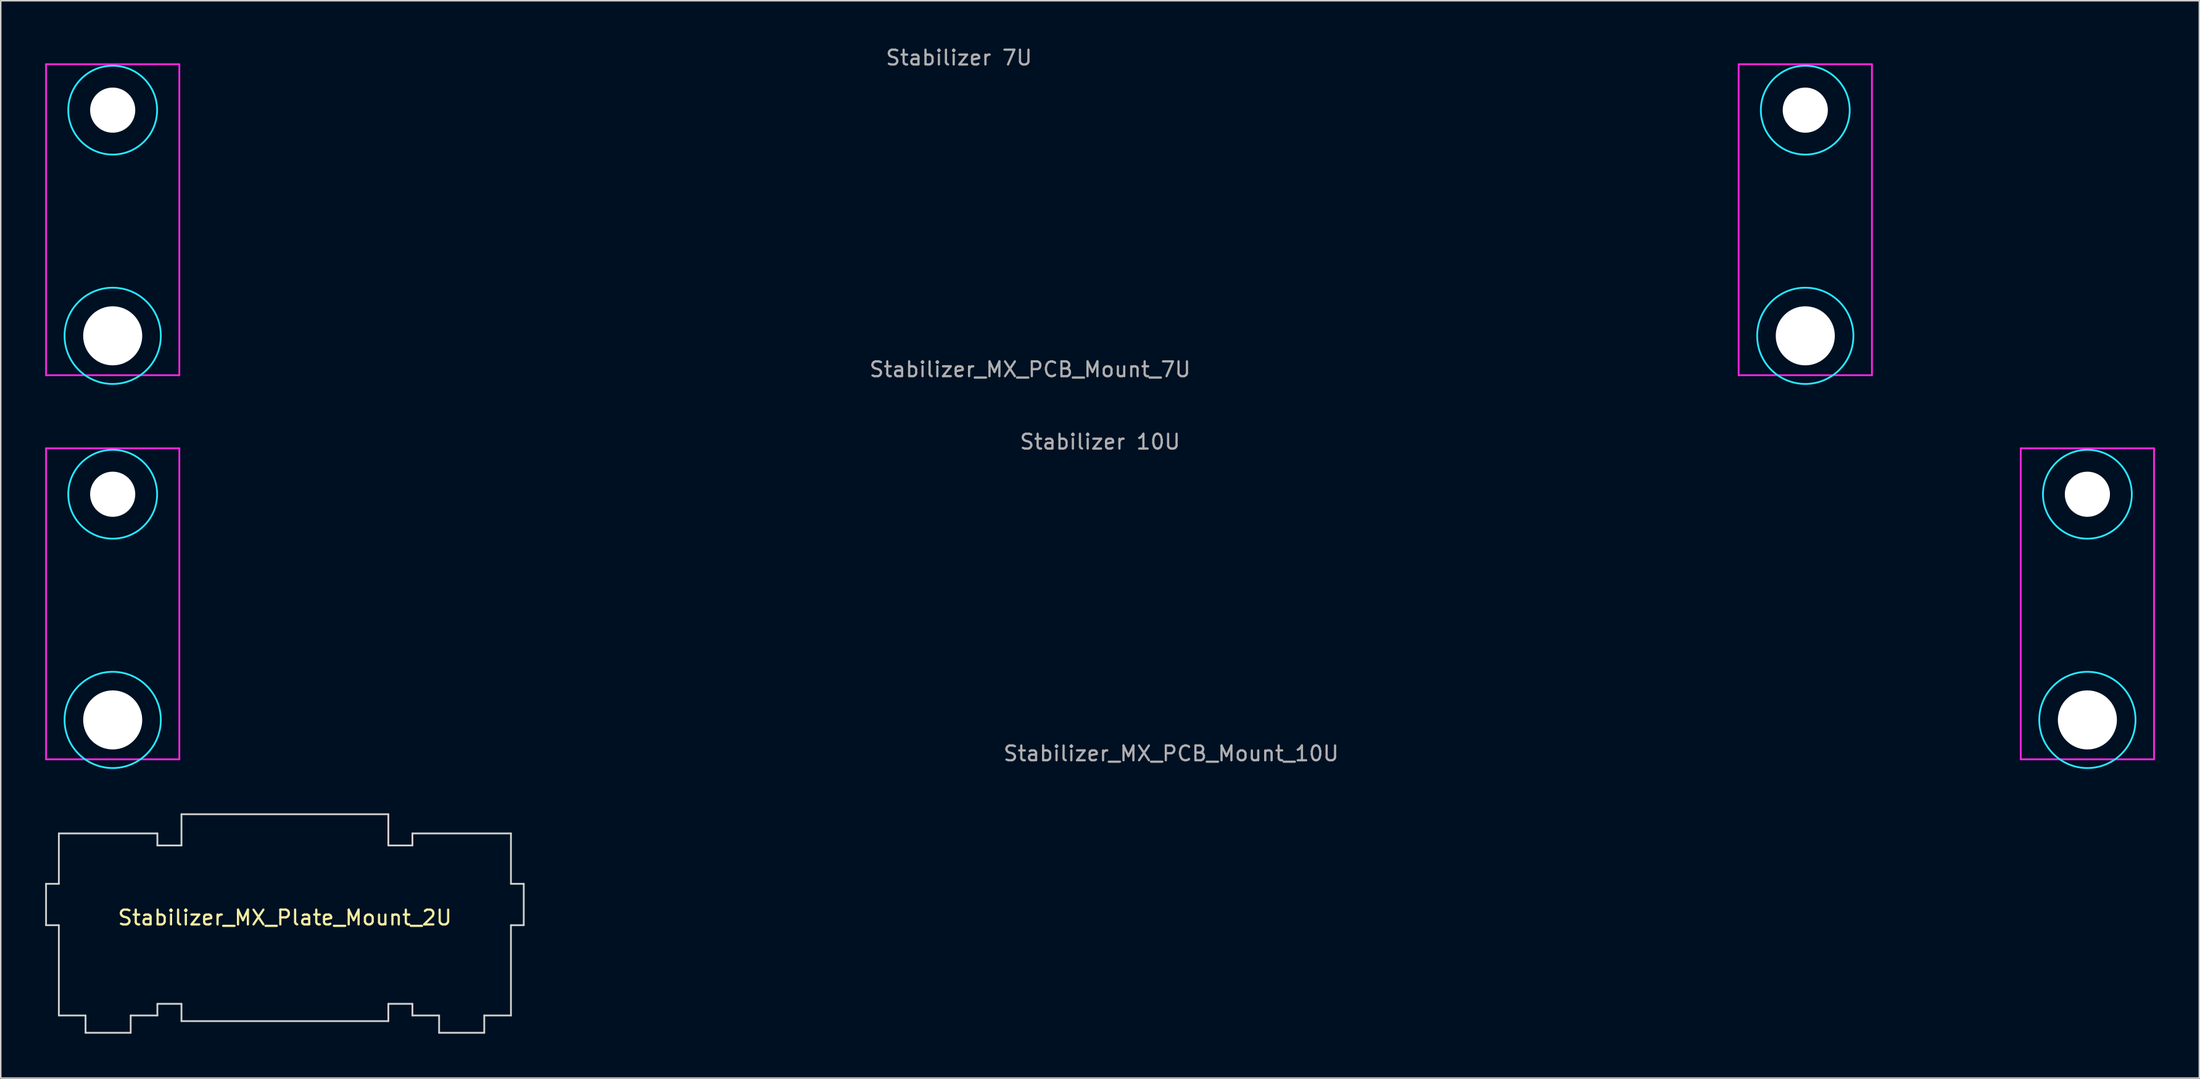
<source format=kicad_pcb>
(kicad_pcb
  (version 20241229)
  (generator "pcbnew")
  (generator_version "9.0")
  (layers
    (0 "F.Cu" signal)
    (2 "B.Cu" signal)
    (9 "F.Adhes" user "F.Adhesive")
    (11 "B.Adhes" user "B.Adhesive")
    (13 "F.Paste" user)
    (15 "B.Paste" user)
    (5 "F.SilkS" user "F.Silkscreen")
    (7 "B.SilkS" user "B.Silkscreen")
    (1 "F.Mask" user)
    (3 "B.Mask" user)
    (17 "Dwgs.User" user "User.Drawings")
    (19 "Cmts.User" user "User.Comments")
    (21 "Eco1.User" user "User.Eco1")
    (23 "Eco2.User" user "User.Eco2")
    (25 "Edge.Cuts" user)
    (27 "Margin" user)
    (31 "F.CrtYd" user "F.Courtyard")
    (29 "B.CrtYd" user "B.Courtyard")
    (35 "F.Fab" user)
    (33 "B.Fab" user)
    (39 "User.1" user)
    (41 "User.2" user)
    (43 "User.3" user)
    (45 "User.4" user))
  (footprint "Stabilizer_MX_Plate_Mount_2U"
    (layer "F.Cu")
    (at 16.189 58.922)
    (property "Reference" "Stabilizer_MX_Plate_Mount_2U" (at 0 0 0) (layer "F.SilkS") (effects (font (size 1 1) (thickness 0.15))))
    (attr through_hole)
    (fp_line (start -16.129 -2.286) (end -16.129 0.508) (stroke (width 0.12) (type solid)) (layer "Edge.Cuts"))
    (fp_line (start -16.129 0.508) (end -15.265 0.508) (stroke (width 0.12) (type solid)) (layer "Edge.Cuts"))
    (fp_line (start -15.265 -5.69) (end -15.265 -2.286) (stroke (width 0.12) (type solid)) (layer "Edge.Cuts"))
    (fp_line (start -15.265 -2.286) (end -16.129 -2.286) (stroke (width 0.12) (type solid)) (layer "Edge.Cuts"))
    (fp_line (start -15.265 0.508) (end -15.265 6.604) (stroke (width 0.12) (type solid)) (layer "Edge.Cuts"))
    (fp_line (start -15.265 6.604) (end -13.462 6.604) (stroke (width 0.12) (type solid)) (layer "Edge.Cuts"))
    (fp_line (start -13.462 6.604) (end -13.462 7.772) (stroke (width 0.12) (type solid)) (layer "Edge.Cuts"))
    (fp_line (start -13.462 7.772) (end -10.414 7.772) (stroke (width 0.12) (type solid)) (layer "Edge.Cuts"))
    (fp_line (start -10.414 6.604) (end -8.611 6.604) (stroke (width 0.12) (type solid)) (layer "Edge.Cuts"))
    (fp_line (start -10.414 7.772) (end -10.414 6.604) (stroke (width 0.12) (type solid)) (layer "Edge.Cuts"))
    (fp_line (start -8.611 -5.69) (end -15.265 -5.69) (stroke (width 0.12) (type solid)) (layer "Edge.Cuts"))
    (fp_line (start -8.611 -4.877) (end -8.611 -5.69) (stroke (width 0.12) (type solid)) (layer "Edge.Cuts"))
    (fp_line (start -8.611 5.817) (end -6.985 5.817) (stroke (width 0.12) (type solid)) (layer "Edge.Cuts"))
    (fp_line (start -8.611 6.604) (end -8.611 5.817) (stroke (width 0.12) (type solid)) (layer "Edge.Cuts"))
    (fp_line (start -6.985 -6.985) (end -6.985 -4.877) (stroke (width 0.12) (type solid)) (layer "Edge.Cuts"))
    (fp_line (start -6.985 -6.985) (end 6.985 -6.985) (stroke (width 0.12) (type solid)) (layer "Edge.Cuts"))
    (fp_line (start -6.985 -4.877) (end -8.611 -4.877) (stroke (width 0.12) (type solid)) (layer "Edge.Cuts"))
    (fp_line (start -6.985 5.817) (end -6.985 6.985) (stroke (width 0.12) (type solid)) (layer "Edge.Cuts"))
    (fp_line (start -6.985 6.985) (end 6.985 6.985) (stroke (width 0.12) (type solid)) (layer "Edge.Cuts"))
    (fp_line (start 6.985 -6.985) (end 6.985 -4.877) (stroke (width 0.12) (type solid)) (layer "Edge.Cuts"))
    (fp_line (start 6.985 -4.877) (end 8.611 -4.877) (stroke (width 0.12) (type solid)) (layer "Edge.Cuts"))
    (fp_line (start 6.985 5.817) (end 6.985 6.985) (stroke (width 0.12) (type solid)) (layer "Edge.Cuts"))
    (fp_line (start 8.611 -5.69) (end 15.265 -5.69) (stroke (width 0.12) (type solid)) (layer "Edge.Cuts"))
    (fp_line (start 8.611 -4.877) (end 8.611 -5.69) (stroke (width 0.12) (type solid)) (layer "Edge.Cuts"))
    (fp_line (start 8.611 5.817) (end 6.985 5.817) (stroke (width 0.12) (type solid)) (layer "Edge.Cuts"))
    (fp_line (start 8.611 6.604) (end 8.611 5.817) (stroke (width 0.12) (type solid)) (layer "Edge.Cuts"))
    (fp_line (start 10.414 6.604) (end 8.611 6.604) (stroke (width 0.12) (type solid)) (layer "Edge.Cuts"))
    (fp_line (start 10.414 7.772) (end 10.414 6.604) (stroke (width 0.12) (type solid)) (layer "Edge.Cuts"))
    (fp_line (start 13.462 6.604) (end 13.462 7.772) (stroke (width 0.12) (type solid)) (layer "Edge.Cuts"))
    (fp_line (start 13.462 7.772) (end 10.414 7.772) (stroke (width 0.12) (type solid)) (layer "Edge.Cuts"))
    (fp_line (start 15.265 -5.69) (end 15.265 -2.286) (stroke (width 0.12) (type solid)) (layer "Edge.Cuts"))
    (fp_line (start 15.265 -2.286) (end 16.129 -2.286) (stroke (width 0.12) (type solid)) (layer "Edge.Cuts"))
    (fp_line (start 15.265 0.508) (end 15.265 6.604) (stroke (width 0.12) (type solid)) (layer "Edge.Cuts"))
    (fp_line (start 15.265 6.604) (end 13.462 6.604) (stroke (width 0.12) (type solid)) (layer "Edge.Cuts"))
    (fp_line (start 16.129 -2.286) (end 16.129 0.508) (stroke (width 0.12) (type solid)) (layer "Edge.Cuts"))
    (fp_line (start 16.129 0.508) (end 15.265 0.508) (stroke (width 0.12) (type solid)) (layer "Edge.Cuts")))
  (footprint "Stabilizer_MX_PCB_Mount_10U"
    (layer "F.Cu")
    (at 71.235 37.312)
    (property "Reference" "Stabilizer_MX_PCB_Mount_10U" (at 4.8 10.525 0) (layer "F.Fab") (effects (font (size 1 1) (thickness 0.15))))
    (attr through_hole)
    (fp_circle (center -66.675 -6.985) (end -63.675 -6.985) (stroke (width 0.12) (type solid)) (fill no) (layer "B.CrtYd"))
    (fp_circle (center -66.675 8.255) (end -63.425 8.255) (stroke (width 0.12) (type solid)) (fill no) (layer "B.CrtYd"))
    (fp_circle (center 66.675 -6.985) (end 69.675 -6.985) (stroke (width 0.12) (type solid)) (fill no) (layer "B.CrtYd"))
    (fp_circle (center 66.675 8.255) (end 69.925 8.255) (stroke (width 0.12) (type solid)) (fill no) (layer "B.CrtYd"))
    (fp_line (start -71.175 -10.085) (end -71.175 10.915) (stroke (width 0.12) (type solid)) (layer "F.CrtYd"))
    (fp_line (start -71.175 10.915) (end -62.175 10.915) (stroke (width 0.12) (type solid)) (layer "F.CrtYd"))
    (fp_line (start -62.175 -10.085) (end -71.175 -10.085) (stroke (width 0.12) (type solid)) (layer "F.CrtYd"))
    (fp_line (start -62.175 10.915) (end -62.175 -10.085) (stroke (width 0.12) (type solid)) (layer "F.CrtYd"))
    (fp_line (start 62.175 -10.085) (end 71.175 -10.085) (stroke (width 0.12) (type solid)) (layer "F.CrtYd"))
    (fp_line (start 62.175 10.915) (end 62.175 -10.085) (stroke (width 0.12) (type solid)) (layer "F.CrtYd"))
    (fp_line (start 71.175 -10.085) (end 71.175 10.915) (stroke (width 0.12) (type solid)) (layer "F.CrtYd"))
    (fp_line (start 71.175 10.915) (end 62.175 10.915) (stroke (width 0.12) (type solid)) (layer "F.CrtYd"))
    (fp_text user "Stabilizer 10U" (at 0 -10.525 0) (layer "F.Fab") (effects (font (size 1 1) (thickness 0.15))))
    (pad "" np_thru_hole circle (at -66.675 -6.985) (size 3.048 3.048) (drill 3.048) (layers "*.Cu" "*.Mask"))
    (pad "" np_thru_hole circle (at -66.675 8.255) (size 3.988 3.988) (drill 3.988) (layers "*.Cu" "*.Mask"))
    (pad "" np_thru_hole circle (at 66.675 -6.985) (size 3.048 3.048) (drill 3.048) (layers "*.Cu" "*.Mask"))
    (pad "" np_thru_hole circle (at 66.675 8.255) (size 3.988 3.988) (drill 3.988) (layers "*.Cu" "*.Mask")))
  (footprint "Stabilizer_MX_PCB_Mount_7U"
    (layer "F.Cu")
    (at 61.71 11.373)
    (property "Reference" "Stabilizer_MX_PCB_Mount_7U" (at 4.8 10.525 0) (layer "F.Fab") (effects (font (size 1 1) (thickness 0.15))))
    (attr through_hole)
    (fp_circle (center -57.15 -6.985) (end -54.15 -6.985) (stroke (width 0.12) (type solid)) (fill no) (layer "B.CrtYd"))
    (fp_circle (center -57.15 8.255) (end -53.9 8.255) (stroke (width 0.12) (type solid)) (fill no) (layer "B.CrtYd"))
    (fp_circle (center 57.15 -6.985) (end 60.15 -6.985) (stroke (width 0.12) (type solid)) (fill no) (layer "B.CrtYd"))
    (fp_circle (center 57.15 8.255) (end 60.4 8.255) (stroke (width 0.12) (type solid)) (fill no) (layer "B.CrtYd"))
    (fp_line (start -61.65 -10.085) (end -61.65 10.915) (stroke (width 0.12) (type solid)) (layer "F.CrtYd"))
    (fp_line (start -61.65 10.915) (end -52.65 10.915) (stroke (width 0.12) (type solid)) (layer "F.CrtYd"))
    (fp_line (start -52.65 -10.085) (end -61.65 -10.085) (stroke (width 0.12) (type solid)) (layer "F.CrtYd"))
    (fp_line (start -52.65 10.915) (end -52.65 -10.085) (stroke (width 0.12) (type solid)) (layer "F.CrtYd"))
    (fp_line (start 52.65 -10.085) (end 61.65 -10.085) (stroke (width 0.12) (type solid)) (layer "F.CrtYd"))
    (fp_line (start 52.65 10.915) (end 52.65 -10.085) (stroke (width 0.12) (type solid)) (layer "F.CrtYd"))
    (fp_line (start 61.65 -10.085) (end 61.65 10.915) (stroke (width 0.12) (type solid)) (layer "F.CrtYd"))
    (fp_line (start 61.65 10.915) (end 52.65 10.915) (stroke (width 0.12) (type solid)) (layer "F.CrtYd"))
    (fp_text user "Stabilizer 7U" (at 0 -10.525 0) (layer "F.Fab") (effects (font (size 1 1) (thickness 0.15))))
    (pad "" np_thru_hole circle (at -57.15 -6.985) (size 3.048 3.048) (drill 3.048) (layers "*.Cu" "*.Mask"))
    (pad "" np_thru_hole circle (at -57.15 8.255) (size 3.988 3.988) (drill 3.988) (layers "*.Cu" "*.Mask"))
    (pad "" np_thru_hole circle (at 57.15 -6.985) (size 3.048 3.048) (drill 3.048) (layers "*.Cu" "*.Mask"))
    (pad "" np_thru_hole circle (at 57.15 8.255) (size 3.988 3.988) (drill 3.988) (layers "*.Cu" "*.Mask")))
  (gr_rect
    (start -3 -3)
    (end 145.47 69.754)
    (stroke (width 0.1) (type default))
    (fill no)
    (layer "Edge.Cuts")))
</source>
